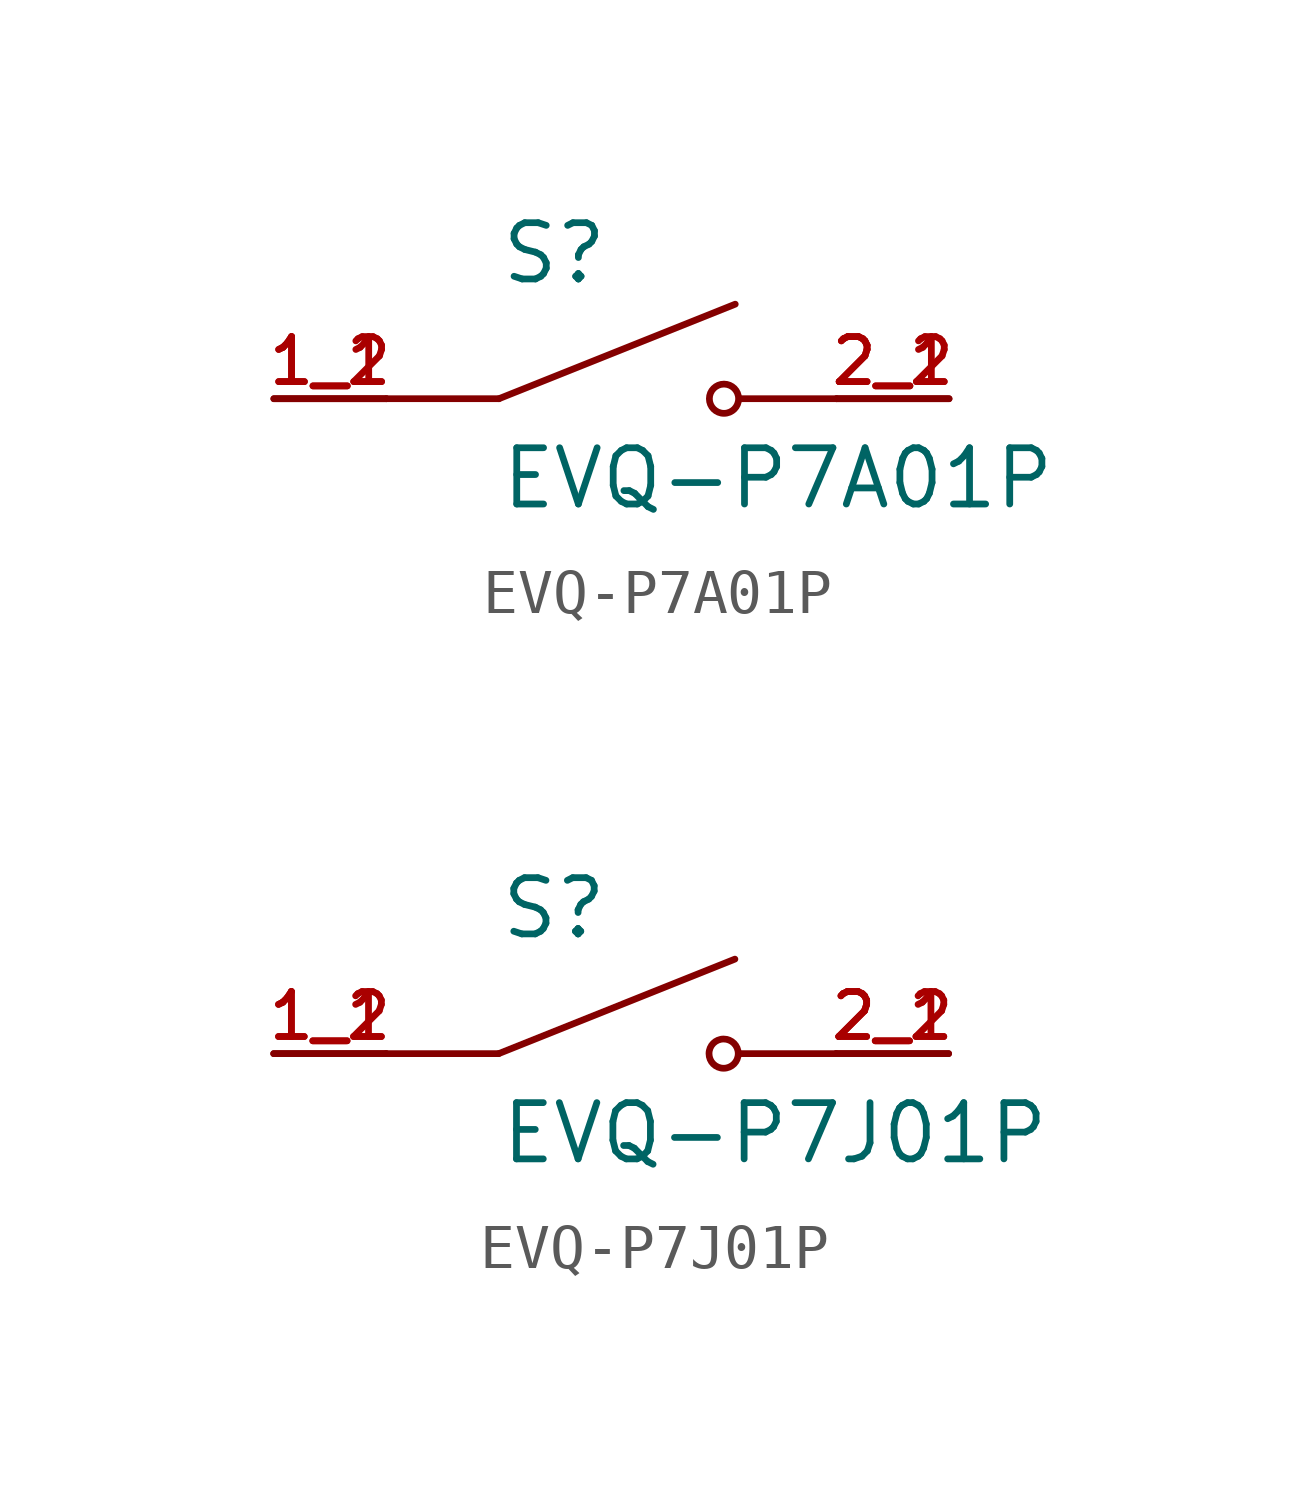
<source format=kicad_sym>
(kicad_symbol_lib
  (version 20231120)
  (generator "kicad_symbol_editor")
  (generator_version "8.0")
  (symbol "EVQ-P7A01P"
    (pin_names
      (offset 1.016))
    (property "Reference" "S"
      (at -2.54 2.54 0)
      (effects (font (size 1.27 1.27)) (justify left bottom)))
    (property "Value" "EVQ-P7A01P"
      (at -2.54 -2.54 0)
      (effects (font (size 1.27 1.27)) (justify left bottom)))
    (symbol "EVQ-P7A01P_0_0"
      (polyline (pts (xy -2.54 0) (xy -5.08 0)) (stroke (width 0.152) (type default)) (fill (type none)))
      (polyline (pts (xy -2.54 0) (xy 2.794 2.134)) (stroke (width 0.152) (type default)) (fill (type none)))
      (polyline (pts (xy 5.08 0) (xy 2.921 0)) (stroke (width 0.152) (type default)) (fill (type none)))
      (circle (center 2.54 0) (radius 0.33) (stroke (width 0.152) (type default)) (fill (type none)))
      (pin passive line (at -7.62 0 0) (length 2.54) (name "~" (effects (font (size 1.016 1.016)))) (number "1_1" (effects (font (size 1.016 1.016)))))
      (pin passive line (at -7.62 0 0) (length 2.54) (name "~" (effects (font (size 1.016 1.016)))) (number "1_2" (effects (font (size 1.016 1.016)))))
      (pin passive line (at 7.62 0 180) (length 2.54) (name "~" (effects (font (size 1.016 1.016)))) (number "2_1" (effects (font (size 1.016 1.016)))))
      (pin passive line (at 7.62 0 180) (length 2.54) (name "~" (effects (font (size 1.016 1.016)))) (number "2_2" (effects (font (size 1.016 1.016)))))))
  (symbol "EVQ-P7J01P"
    (pin_names
      (offset 1.016))
    (property "Reference" "S"
      (at -2.54 2.54 0)
      (effects (font (size 1.27 1.27)) (justify left bottom)))
    (property "Value" "EVQ-P7J01P"
      (at -2.54 -2.54 0)
      (effects (font (size 1.27 1.27)) (justify left bottom)))
    (symbol "EVQ-P7J01P_0_0"
      (polyline (pts (xy -2.54 0) (xy -5.08 0)) (stroke (width 0.152) (type default)) (fill (type none)))
      (polyline (pts (xy -2.54 0) (xy 2.794 2.134)) (stroke (width 0.152) (type default)) (fill (type none)))
      (polyline (pts (xy 5.08 0) (xy 2.921 0)) (stroke (width 0.152) (type default)) (fill (type none)))
      (circle (center 2.54 0) (radius 0.33) (stroke (width 0.152) (type default)) (fill (type none)))
      (pin passive line (at -7.62 0 0) (length 2.54) (name "~" (effects (font (size 1.016 1.016)))) (number "1_1" (effects (font (size 1.016 1.016)))))
      (pin passive line (at -7.62 0 0) (length 2.54) (name "~" (effects (font (size 1.016 1.016)))) (number "1_2" (effects (font (size 1.016 1.016)))))
      (pin passive line (at 7.62 0 180) (length 2.54) (name "~" (effects (font (size 1.016 1.016)))) (number "2_1" (effects (font (size 1.016 1.016)))))
      (pin passive line (at 7.62 0 180) (length 2.54) (name "~" (effects (font (size 1.016 1.016)))) (number "2_2" (effects (font (size 1.016 1.016))))))))
</source>
